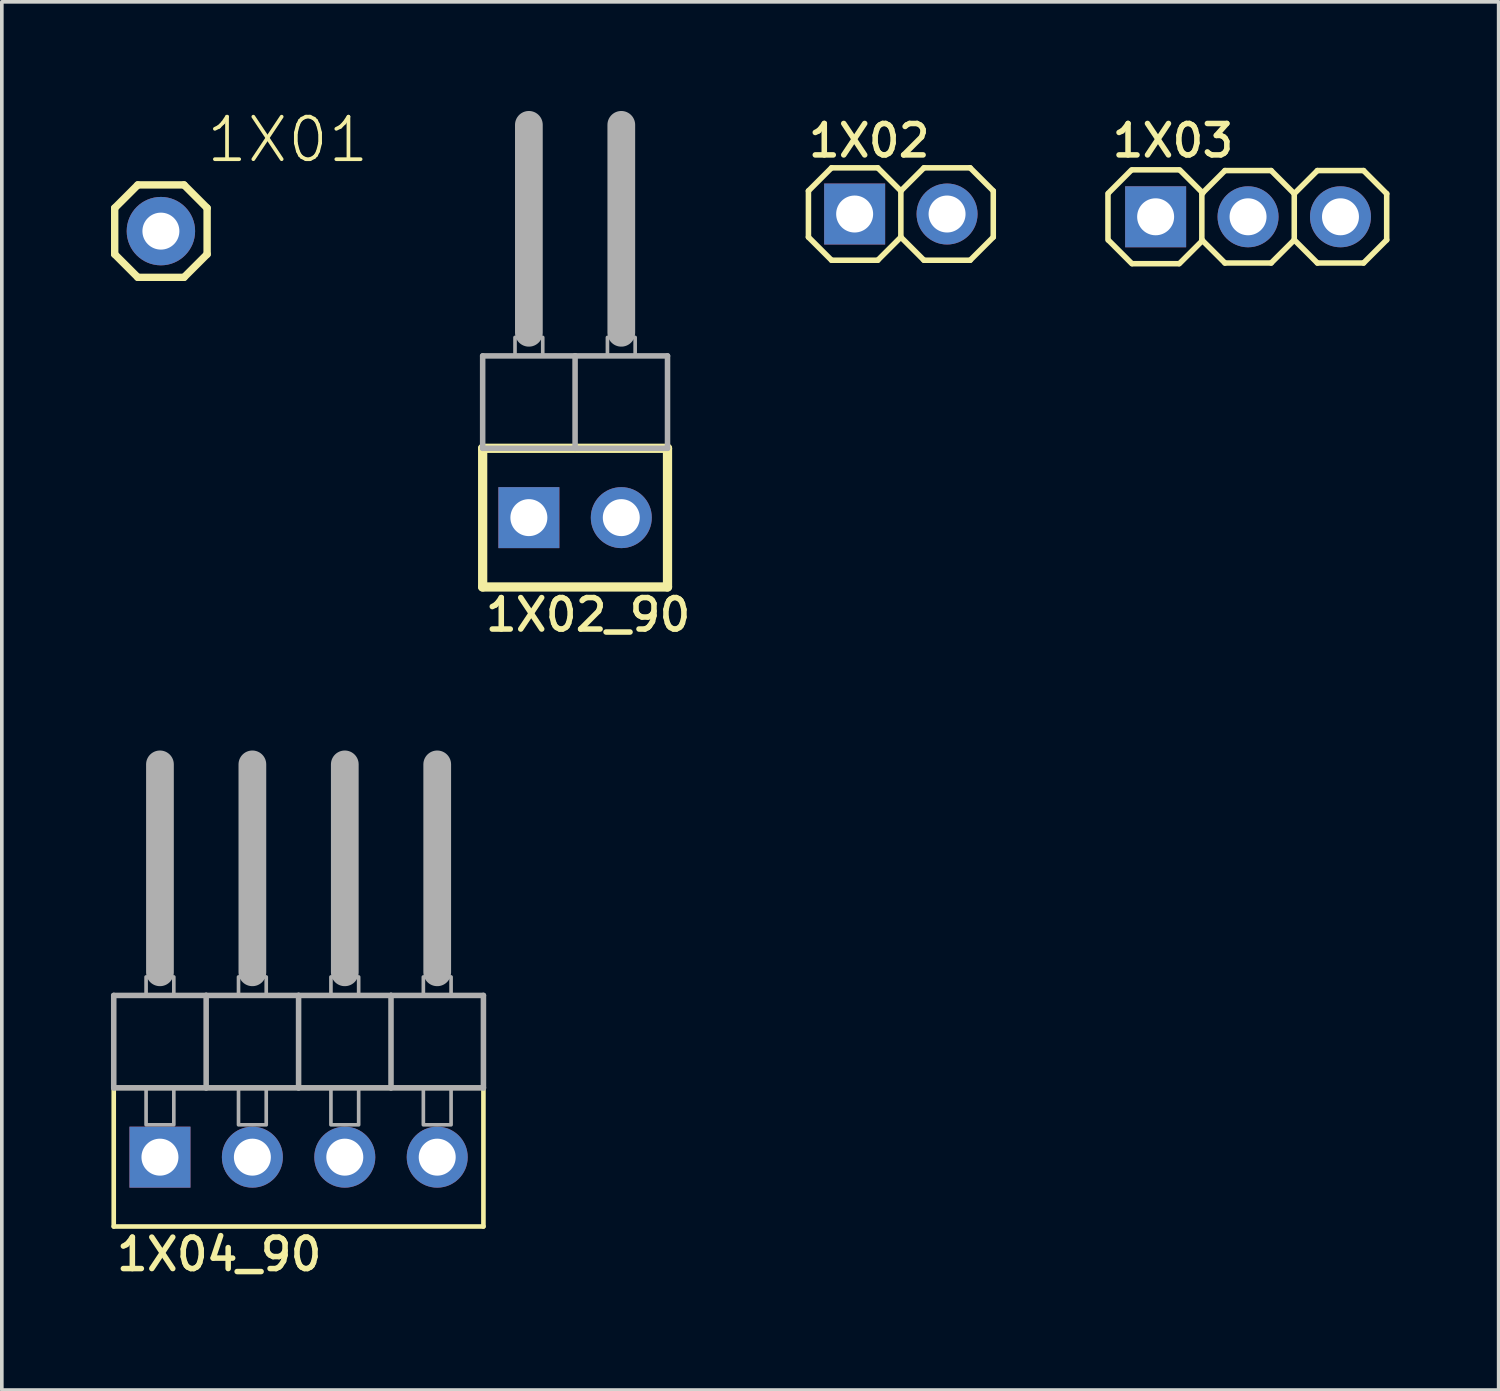
<source format=kicad_pcb>
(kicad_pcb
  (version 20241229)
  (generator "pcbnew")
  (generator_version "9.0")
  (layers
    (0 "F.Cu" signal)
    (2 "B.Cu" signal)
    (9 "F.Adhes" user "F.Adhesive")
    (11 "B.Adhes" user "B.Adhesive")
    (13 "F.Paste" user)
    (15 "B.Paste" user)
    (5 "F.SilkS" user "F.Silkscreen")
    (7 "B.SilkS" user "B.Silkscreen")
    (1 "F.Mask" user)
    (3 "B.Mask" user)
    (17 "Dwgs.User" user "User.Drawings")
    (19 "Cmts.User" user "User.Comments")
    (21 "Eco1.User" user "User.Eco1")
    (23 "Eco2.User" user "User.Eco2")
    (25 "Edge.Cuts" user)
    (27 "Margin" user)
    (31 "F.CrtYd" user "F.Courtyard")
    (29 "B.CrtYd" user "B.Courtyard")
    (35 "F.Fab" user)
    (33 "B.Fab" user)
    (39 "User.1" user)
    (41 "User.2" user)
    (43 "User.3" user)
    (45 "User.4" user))
  (footprint "1X02_90"
    (layer "F.Cu")
    (at 12.755 7.366)
    (property "Reference" "1X02_90" (at -2.54 6.985 0) (unlocked yes) (layer "F.SilkS") (effects (font (size 0.864 0.864) (thickness 0.152)) (justify left bottom)))
    (fp_line (start -2.54 1.905) (end 2.54 1.905) (stroke (width 0.254) (type solid)) (layer "F.SilkS"))
    (fp_line (start -2.54 5.715) (end -2.54 1.905) (stroke (width 0.254) (type solid)) (layer "F.SilkS"))
    (fp_line (start 2.54 1.905) (end 2.54 5.715) (stroke (width 0.254) (type solid)) (layer "F.SilkS"))
    (fp_line (start 2.54 5.715) (end -2.54 5.715) (stroke (width 0.254) (type solid)) (layer "F.SilkS"))
    (fp_line (start -2.54 -0.635) (end -2.54 1.905) (stroke (width 0.152) (type solid)) (layer "F.Fab"))
    (fp_line (start -2.54 1.905) (end 0 1.905) (stroke (width 0.152) (type solid)) (layer "F.Fab"))
    (fp_line (start -1.27 -6.985) (end -1.27 -1.27) (stroke (width 0.762) (type solid)) (layer "F.Fab"))
    (fp_line (start 0 -0.635) (end -2.54 -0.635) (stroke (width 0.152) (type solid)) (layer "F.Fab"))
    (fp_line (start 0 1.905) (end 0 -0.635) (stroke (width 0.152) (type solid)) (layer "F.Fab"))
    (fp_line (start 0 1.905) (end 2.54 1.905) (stroke (width 0.152) (type solid)) (layer "F.Fab"))
    (fp_line (start 1.27 -6.985) (end 1.27 -1.27) (stroke (width 0.762) (type solid)) (layer "F.Fab"))
    (fp_line (start 2.54 -0.635) (end 0 -0.635) (stroke (width 0.152) (type solid)) (layer "F.Fab"))
    (fp_line (start 2.54 1.905) (end 2.54 -0.635) (stroke (width 0.152) (type solid)) (layer "F.Fab"))
    (fp_poly (pts (xy -1.651 -0.635) (xy -0.889 -0.635) (xy -0.889 -1.143) (xy -1.651 -1.143)) (stroke (width 0.1) (type default)) (fill no) (layer "F.Fab"))
    (fp_poly (pts (xy 0.889 -0.635) (xy 1.651 -0.635) (xy 1.651 -1.143) (xy 0.889 -1.143)) (stroke (width 0.1) (type default)) (fill no) (layer "F.Fab"))
    (pad "1" thru_hole rect (at -1.27 3.81) (size 1.676 1.676) (drill 1.016) (layers "*.Cu" "*.Mask"))
    (pad "2" thru_hole circle (at 1.27 3.81) (size 1.676 1.676) (drill 1.016) (layers "*.Cu" "*.Mask")))
  (footprint "1X04_90"
    (layer "F.Cu")
    (at 5.156 28.752)
    (property "Reference" "1X04_90" (at -5.08 3.175 0) (unlocked yes) (layer "F.SilkS") (effects (font (size 0.864 0.864) (thickness 0.152)) (justify left bottom)))
    (fp_line (start -5.08 -1.905) (end 5.08 -1.905) (stroke (width 0.127) (type solid)) (layer "F.SilkS"))
    (fp_line (start -5.08 1.905) (end -5.08 -1.905) (stroke (width 0.127) (type solid)) (layer "F.SilkS"))
    (fp_line (start 5.08 -1.905) (end 5.08 1.905) (stroke (width 0.127) (type solid)) (layer "F.SilkS"))
    (fp_line (start 5.08 1.905) (end -5.08 1.905) (stroke (width 0.127) (type solid)) (layer "F.SilkS"))
    (fp_line (start -5.08 -4.445) (end -5.08 -1.905) (stroke (width 0.152) (type solid)) (layer "F.Fab"))
    (fp_line (start -5.08 -1.905) (end -2.54 -1.905) (stroke (width 0.152) (type solid)) (layer "F.Fab"))
    (fp_line (start -3.81 -10.795) (end -3.81 -5.08) (stroke (width 0.762) (type solid)) (layer "F.Fab"))
    (fp_line (start -2.54 -4.445) (end -5.08 -4.445) (stroke (width 0.152) (type solid)) (layer "F.Fab"))
    (fp_line (start -2.54 -1.905) (end -2.54 -4.445) (stroke (width 0.152) (type solid)) (layer "F.Fab"))
    (fp_line (start -2.54 -1.905) (end 0 -1.905) (stroke (width 0.152) (type solid)) (layer "F.Fab"))
    (fp_line (start -1.27 -10.795) (end -1.27 -5.08) (stroke (width 0.762) (type solid)) (layer "F.Fab"))
    (fp_line (start 0 -4.445) (end -2.54 -4.445) (stroke (width 0.152) (type solid)) (layer "F.Fab"))
    (fp_line (start 0 -1.905) (end 0 -4.445) (stroke (width 0.152) (type solid)) (layer "F.Fab"))
    (fp_line (start 0 -1.905) (end 2.54 -1.905) (stroke (width 0.152) (type solid)) (layer "F.Fab"))
    (fp_line (start 1.27 -10.795) (end 1.27 -5.08) (stroke (width 0.762) (type solid)) (layer "F.Fab"))
    (fp_line (start 2.54 -4.445) (end 0 -4.445) (stroke (width 0.152) (type solid)) (layer "F.Fab"))
    (fp_line (start 2.54 -1.905) (end 2.54 -4.445) (stroke (width 0.152) (type solid)) (layer "F.Fab"))
    (fp_line (start 2.54 -1.905) (end 5.08 -1.905) (stroke (width 0.152) (type solid)) (layer "F.Fab"))
    (fp_line (start 3.81 -10.795) (end 3.81 -5.08) (stroke (width 0.762) (type solid)) (layer "F.Fab"))
    (fp_line (start 5.08 -4.445) (end 2.54 -4.445) (stroke (width 0.152) (type solid)) (layer "F.Fab"))
    (fp_line (start 5.08 -1.905) (end 5.08 -4.445) (stroke (width 0.152) (type solid)) (layer "F.Fab"))
    (fp_poly (pts (xy -4.191 -4.445) (xy -3.429 -4.445) (xy -3.429 -4.953) (xy -4.191 -4.953)) (stroke (width 0.1) (type default)) (fill no) (layer "F.Fab"))
    (fp_poly (pts (xy -4.191 -0.889) (xy -3.429 -0.889) (xy -3.429 -1.905) (xy -4.191 -1.905)) (stroke (width 0.1) (type default)) (fill no) (layer "F.Fab"))
    (fp_poly (pts (xy -1.651 -4.445) (xy -0.889 -4.445) (xy -0.889 -4.953) (xy -1.651 -4.953)) (stroke (width 0.1) (type default)) (fill no) (layer "F.Fab"))
    (fp_poly (pts (xy -1.651 -0.889) (xy -0.889 -0.889) (xy -0.889 -1.905) (xy -1.651 -1.905)) (stroke (width 0.1) (type default)) (fill no) (layer "F.Fab"))
    (fp_poly (pts (xy 0.889 -4.445) (xy 1.651 -4.445) (xy 1.651 -4.953) (xy 0.889 -4.953)) (stroke (width 0.1) (type default)) (fill no) (layer "F.Fab"))
    (fp_poly (pts (xy 0.889 -0.889) (xy 1.651 -0.889) (xy 1.651 -1.905) (xy 0.889 -1.905)) (stroke (width 0.1) (type default)) (fill no) (layer "F.Fab"))
    (fp_poly (pts (xy 3.429 -4.445) (xy 4.191 -4.445) (xy 4.191 -4.953) (xy 3.429 -4.953)) (stroke (width 0.1) (type default)) (fill no) (layer "F.Fab"))
    (fp_poly (pts (xy 3.429 -0.889) (xy 4.191 -0.889) (xy 4.191 -1.905) (xy 3.429 -1.905)) (stroke (width 0.1) (type default)) (fill no) (layer "F.Fab"))
    (pad "1" thru_hole rect (at -3.81 0) (size 1.676 1.676) (drill 1.016) (layers "*.Cu" "*.Mask"))
    (pad "2" thru_hole circle (at -1.27 0) (size 1.676 1.676) (drill 1.016) (layers "*.Cu" "*.Mask"))
    (pad "3" thru_hole circle (at 1.27 0) (size 1.676 1.676) (drill 1.016) (layers "*.Cu" "*.Mask"))
    (pad "4" thru_hole circle (at 3.81 0) (size 1.676 1.676) (drill 1.016) (layers "*.Cu" "*.Mask")))
  (footprint "1X02"
    (layer "F.Cu")
    (at 21.708 2.832)
    (property "Reference" "1X02" (at -2.616 -1.511 0) (unlocked yes) (layer "F.SilkS") (effects (font (size 0.864 0.864) (thickness 0.152)) (justify left bottom)))
    (fp_line (start -2.54 -0.635) (end -2.54 0.635) (stroke (width 0.152) (type solid)) (layer "F.SilkS"))
    (fp_line (start -2.54 0.635) (end -1.905 1.27) (stroke (width 0.152) (type solid)) (layer "F.SilkS"))
    (fp_line (start -1.905 -1.27) (end -2.54 -0.635) (stroke (width 0.152) (type solid)) (layer "F.SilkS"))
    (fp_line (start -1.905 -1.27) (end -0.635 -1.27) (stroke (width 0.152) (type solid)) (layer "F.SilkS"))
    (fp_line (start -0.635 -1.27) (end 0 -0.635) (stroke (width 0.152) (type solid)) (layer "F.SilkS"))
    (fp_line (start -0.635 1.27) (end -1.905 1.27) (stroke (width 0.152) (type solid)) (layer "F.SilkS"))
    (fp_line (start 0 -0.635) (end 0 0.635) (stroke (width 0.152) (type solid)) (layer "F.SilkS"))
    (fp_line (start 0 -0.635) (end 0.635 -1.27) (stroke (width 0.152) (type solid)) (layer "F.SilkS"))
    (fp_line (start 0 0.635) (end -0.635 1.27) (stroke (width 0.152) (type solid)) (layer "F.SilkS"))
    (fp_line (start 0.635 -1.27) (end 1.905 -1.27) (stroke (width 0.152) (type solid)) (layer "F.SilkS"))
    (fp_line (start 0.635 1.27) (end 0 0.635) (stroke (width 0.152) (type solid)) (layer "F.SilkS"))
    (fp_line (start 1.905 -1.27) (end 2.54 -0.635) (stroke (width 0.152) (type solid)) (layer "F.SilkS"))
    (fp_line (start 1.905 1.27) (end 0.635 1.27) (stroke (width 0.152) (type solid)) (layer "F.SilkS"))
    (fp_line (start 2.54 -0.635) (end 2.54 0.635) (stroke (width 0.152) (type solid)) (layer "F.SilkS"))
    (fp_line (start 2.54 0.635) (end 1.905 1.27) (stroke (width 0.152) (type solid)) (layer "F.SilkS"))
    (fp_poly (pts (xy -1.524 0.254) (xy -1.016 0.254) (xy -1.016 -0.254) (xy -1.524 -0.254)) (stroke (width 0.1) (type default)) (fill no) (layer "F.Fab"))
    (fp_poly (pts (xy 1.016 0.254) (xy 1.524 0.254) (xy 1.524 -0.254) (xy 1.016 -0.254)) (stroke (width 0.1) (type default)) (fill no) (layer "F.Fab"))
    (pad "1" thru_hole rect (at -1.27 0) (size 1.676 1.676) (drill 1.016) (layers "*.Cu" "*.Mask"))
    (pad "2" thru_hole circle (at 1.27 0) (size 1.676 1.676) (drill 1.016) (layers "*.Cu" "*.Mask")))
  (footprint "1X01"
    (layer "F.Cu")
    (at 1.372 3.302)
    (property "Reference" "1X01" (at 1.194 -1.829 0) (unlocked yes) (layer "F.SilkS") (effects (font (size 1.168 1.168) (thickness 0.102)) (justify left bottom)))
    (fp_line (start -1.27 -0.635) (end -1.27 0.635) (stroke (width 0.203) (type solid)) (layer "F.SilkS"))
    (fp_line (start -1.27 0.635) (end -0.635 1.27) (stroke (width 0.203) (type solid)) (layer "F.SilkS"))
    (fp_line (start -0.635 -1.27) (end -1.27 -0.635) (stroke (width 0.203) (type solid)) (layer "F.SilkS"))
    (fp_line (start -0.635 1.27) (end 0.635 1.27) (stroke (width 0.203) (type solid)) (layer "F.SilkS"))
    (fp_line (start 0.635 -1.27) (end -0.635 -1.27) (stroke (width 0.203) (type solid)) (layer "F.SilkS"))
    (fp_line (start 0.635 1.27) (end 1.27 0.635) (stroke (width 0.203) (type solid)) (layer "F.SilkS"))
    (fp_line (start 1.27 -0.635) (end 0.635 -1.27) (stroke (width 0.203) (type solid)) (layer "F.SilkS"))
    (fp_line (start 1.27 0.635) (end 1.27 -0.635) (stroke (width 0.203) (type solid)) (layer "F.SilkS"))
    (fp_poly (pts (xy -0.254 0.254) (xy 0.254 0.254) (xy 0.254 -0.254) (xy -0.254 -0.254)) (stroke (width 0.1) (type default)) (fill no) (layer "F.Fab"))
    (pad "1" thru_hole circle (at 0 0 90) (size 1.88 1.88) (drill 1.016) (layers "*.Cu" "*.Mask")))
  (footprint "1X03"
    (layer "F.Cu")
    (at 32.52 2.908)
    (property "Reference" "1X03" (at -5.08 -1.587 0) (unlocked yes) (layer "F.SilkS") (effects (font (size 0.864 0.864) (thickness 0.152)) (justify left bottom)))
    (fp_line (start -5.12 -0.635) (end -5.12 0.635) (stroke (width 0.152) (type solid)) (layer "F.SilkS"))
    (fp_line (start -5.098 0.652) (end -4.463 1.288) (stroke (width 0.152) (type solid)) (layer "F.SilkS"))
    (fp_line (start -4.473 -1.288) (end -5.107 -0.652) (stroke (width 0.152) (type solid)) (layer "F.SilkS"))
    (fp_line (start -4.445 -1.29) (end -3.175 -1.29) (stroke (width 0.152) (type solid)) (layer "F.SilkS"))
    (fp_line (start -3.175 1.29) (end -4.445 1.29) (stroke (width 0.152) (type solid)) (layer "F.SilkS"))
    (fp_line (start -3.147 -1.288) (end -2.513 -0.652) (stroke (width 0.152) (type solid)) (layer "F.SilkS"))
    (fp_line (start -2.54 -0.635) (end -2.54 0.635) (stroke (width 0.152) (type solid)) (layer "F.SilkS"))
    (fp_line (start -2.54 -0.635) (end -1.905 -1.27) (stroke (width 0.152) (type solid)) (layer "F.SilkS"))
    (fp_line (start -2.522 0.652) (end -3.158 1.288) (stroke (width 0.152) (type solid)) (layer "F.SilkS"))
    (fp_line (start -1.905 -1.27) (end -0.635 -1.27) (stroke (width 0.152) (type solid)) (layer "F.SilkS"))
    (fp_line (start -1.905 1.27) (end -2.54 0.635) (stroke (width 0.152) (type solid)) (layer "F.SilkS"))
    (fp_line (start -0.635 -1.27) (end 0 -0.635) (stroke (width 0.152) (type solid)) (layer "F.SilkS"))
    (fp_line (start -0.635 1.27) (end -1.905 1.27) (stroke (width 0.152) (type solid)) (layer "F.SilkS"))
    (fp_line (start 0 -0.635) (end 0 0.635) (stroke (width 0.152) (type solid)) (layer "F.SilkS"))
    (fp_line (start 0 -0.635) (end 0.635 -1.27) (stroke (width 0.152) (type solid)) (layer "F.SilkS"))
    (fp_line (start 0 0.635) (end -0.635 1.27) (stroke (width 0.152) (type solid)) (layer "F.SilkS"))
    (fp_line (start 0.635 -1.27) (end 1.905 -1.27) (stroke (width 0.152) (type solid)) (layer "F.SilkS"))
    (fp_line (start 0.635 1.27) (end 0 0.635) (stroke (width 0.152) (type solid)) (layer "F.SilkS"))
    (fp_line (start 1.905 -1.27) (end 2.54 -0.635) (stroke (width 0.152) (type solid)) (layer "F.SilkS"))
    (fp_line (start 1.905 1.27) (end 0.635 1.27) (stroke (width 0.152) (type solid)) (layer "F.SilkS"))
    (fp_line (start 2.54 -0.635) (end 2.54 0.635) (stroke (width 0.152) (type solid)) (layer "F.SilkS"))
    (fp_line (start 2.54 0.635) (end 1.905 1.27) (stroke (width 0.152) (type solid)) (layer "F.SilkS"))
    (fp_poly (pts (xy -4.064 0.254) (xy -3.556 0.254) (xy -3.556 -0.254) (xy -4.064 -0.254)) (stroke (width 0.1) (type default)) (fill no) (layer "F.Fab"))
    (fp_poly (pts (xy -1.524 0.254) (xy -1.016 0.254) (xy -1.016 -0.254) (xy -1.524 -0.254)) (stroke (width 0.1) (type default)) (fill no) (layer "F.Fab"))
    (fp_poly (pts (xy 1.016 0.254) (xy 1.524 0.254) (xy 1.524 -0.254) (xy 1.016 -0.254)) (stroke (width 0.1) (type default)) (fill no) (layer "F.Fab"))
    (pad "1" thru_hole rect (at -3.81 0) (size 1.676 1.676) (drill 1.016) (layers "*.Cu" "*.Mask"))
    (pad "2" thru_hole circle (at -1.27 0) (size 1.676 1.676) (drill 1.016) (layers "*.Cu" "*.Mask"))
    (pad "3" thru_hole circle (at 1.27 0) (size 1.676 1.676) (drill 1.016) (layers "*.Cu" "*.Mask")))
  (gr_rect
    (start -3 -3)
    (end 38.137 35.151)
    (stroke (width 0.1) (type default))
    (fill no)
    (layer "Edge.Cuts")))
</source>
